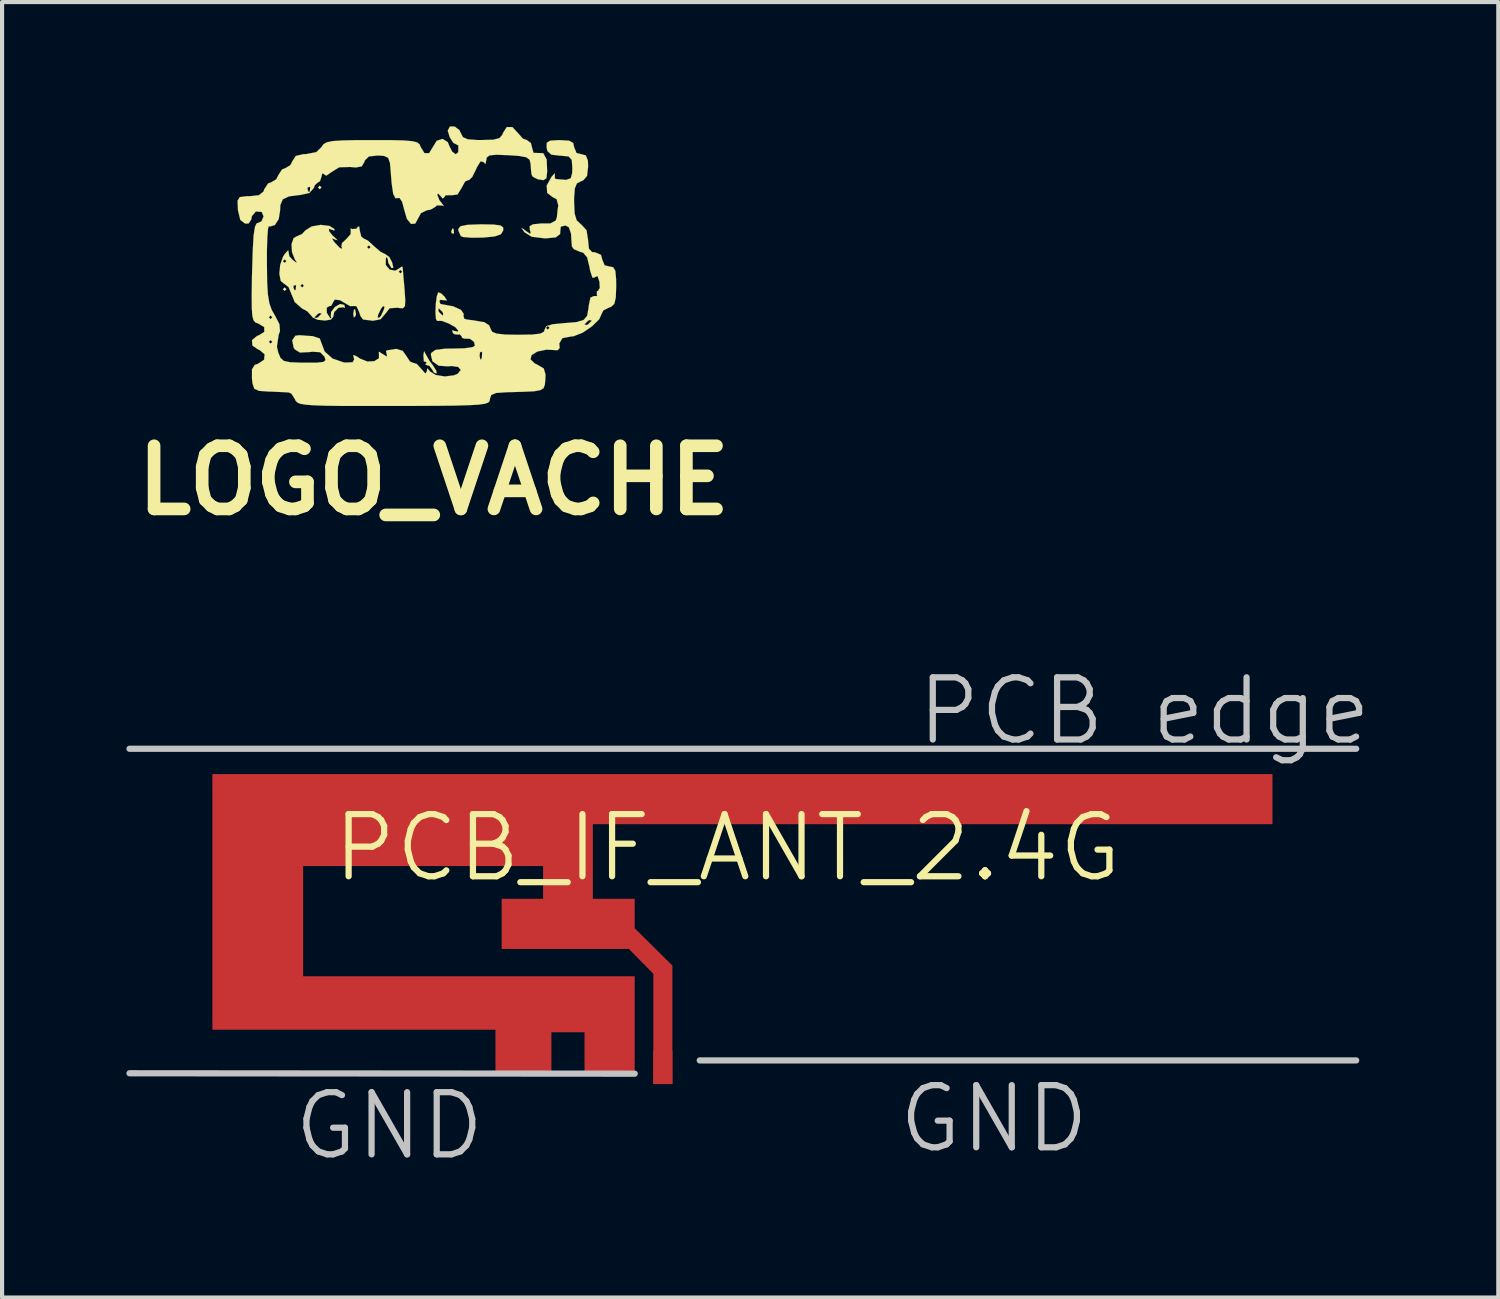
<source format=kicad_pcb>
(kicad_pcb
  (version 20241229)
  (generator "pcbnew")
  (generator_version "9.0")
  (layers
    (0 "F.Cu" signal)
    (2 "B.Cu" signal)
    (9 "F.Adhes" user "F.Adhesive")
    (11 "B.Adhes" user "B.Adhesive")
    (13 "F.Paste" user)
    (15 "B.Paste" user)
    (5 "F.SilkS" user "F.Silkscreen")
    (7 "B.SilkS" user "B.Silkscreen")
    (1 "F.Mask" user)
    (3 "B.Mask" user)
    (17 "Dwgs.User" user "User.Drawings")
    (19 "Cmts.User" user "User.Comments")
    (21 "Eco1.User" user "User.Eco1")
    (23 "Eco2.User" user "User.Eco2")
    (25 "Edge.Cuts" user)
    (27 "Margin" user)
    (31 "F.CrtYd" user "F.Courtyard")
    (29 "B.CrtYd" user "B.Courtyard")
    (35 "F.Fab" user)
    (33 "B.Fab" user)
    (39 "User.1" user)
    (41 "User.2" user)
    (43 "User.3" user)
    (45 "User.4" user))
  (footprint "PCB_IF_ANT_2.4G"
    (layer "F.Cu")
    (at 2.075 15.628)
    (property "Reference" "PCB_IF_ANT_2.4G" (at 12.43 1.78 0) (layer "F.SilkS") (effects (font (size 1.5 1.5) (thickness 0.15))))
    (attr exclude_from_pos_files exclude_from_bom)
    (fp_poly (pts (xy 10.64 4.82) (xy 10.64 7.48) (xy 11.1 7.48) (xy 11.1 4.62) (xy 10.19 3.72) (xy 10.19 3.01) (xy 9.18 3.01) (xy 9.18 1.21) (xy 25.58 1.21) (xy 25.58 0) (xy 0 0) (xy 0 6.17) (xy 6.83 6.17) (xy 6.83 7.22) (xy 8.18 7.22) (xy 8.18 6.23) (xy 8.98 6.23) (xy 8.98 7.22) (xy 10.19 7.22) (xy 10.19 4.88) (xy 2.19 4.88) (xy 2.19 2.22) (xy 7.98 2.22) (xy 7.98 3.01) (xy 6.98 3.01) (xy 6.98 4.22) (xy 10.05 4.22) (xy 10.64 4.82)) (stroke (width 0.001) (type solid)) (fill yes) (layer "F.Cu"))
    (fp_line (start -2 -0.61) (end 27.6 -0.61) (stroke (width 0.15) (type solid)) (layer "Dwgs.User"))
    (fp_line (start -2 7.22) (end 10.19 7.23) (stroke (width 0.15) (type solid)) (layer "Dwgs.User"))
    (fp_line (start 27.6 6.91) (end 11.76 6.91) (stroke (width 0.15) (type solid)) (layer "Dwgs.User"))
    (fp_text user "PCB edge" (at 22.49 -1.52 0) (layer "Dwgs.User") (effects (font (size 1.5 1.5) (thickness 0.15))))
    (fp_text user "GND" (at 4.27 8.49 0) (layer "Dwgs.User") (effects (font (size 1.5 1.5) (thickness 0.15))))
    (fp_text user "GND" (at 18.86 8.32 0) (layer "Dwgs.User") (effects (font (size 1.5 1.5) (thickness 0.15))))
    (pad "1" connect rect (at 10.87 7.08) (size 0.46 0.8) (layers "F.Cu"))
    (pad "2" connect rect (at 24.92 0.5 90) (size 0.46 0.8) (layers "F.Cu")))
  (footprint "LOGO_VACHE"
    (layer "F.Cu")
    (at 7.417 3.547)
    (property "Reference" "LOGO_VACHE" (at 0 4.994 0) (layer "F.SilkS") (effects (font (size 1.524 1.524) (thickness 0.305))))
    (attr through_hole)
    (fp_poly (pts (xy -3.556 0.381) (xy -3.599 0.424) (xy -3.642 0.381) (xy -3.599 0.34) (xy -3.556 0.381)) (stroke (width 0.003) (type solid)) (fill yes) (layer "F.SilkS"))
    (fp_poly (pts (xy -2.71 -2.073) (xy -2.753 -2.032) (xy -2.794 -2.073) (xy -2.753 -2.116) (xy -2.71 -2.073)) (stroke (width 0.003) (type solid)) (fill yes) (layer "F.SilkS"))
    (fp_poly (pts (xy -1.877 0.983) (xy -1.89 1.031) (xy -1.928 1.064) (xy -1.943 0.98) (xy -1.925 0.871) (xy -1.897 0.871) (xy -1.877 0.983)) (stroke (width 0.003) (type solid)) (fill yes) (layer "F.SilkS"))
    (fp_poly (pts (xy 0.488 -0.97) (xy 0.478 -0.96) (xy 0.429 -0.97) (xy 0.422 -1.016) (xy 0.452 -1.085) (xy 0.478 -1.072) (xy 0.488 -0.97)) (stroke (width 0.003) (type solid)) (fill yes) (layer "F.SilkS"))
    (fp_poly (pts (xy 0.066 2.418) (xy 0.003 2.393) (xy -0.03 2.332) (xy -0.107 2.23) (xy -0.147 2.223) (xy -0.208 2.195) (xy -0.17 2.159) (xy -0.213 2.118) (xy -0.236 2.139) (xy -0.249 2.004) (xy -0.249 1.968) (xy -0.234 1.877) (xy -0.196 1.948) (xy -0.102 2.113) (xy -0.018 2.223) (xy 0.064 2.355) (xy 0.066 2.418)) (stroke (width 0.003) (type solid)) (fill yes) (layer "F.SilkS"))
    (fp_poly (pts (xy 1.676 -1.036) (xy 1.621 -0.945) (xy 1.471 -0.892) (xy 1.191 -0.864) (xy 1.181 -0.864) (xy 0.912 -0.861) (xy 0.716 -0.876) (xy 0.653 -0.899) (xy 0.594 -1.031) (xy 0.592 -1.072) (xy 0.645 -1.138) (xy 0.818 -1.173) (xy 1.133 -1.184) (xy 1.148 -1.184) (xy 1.448 -1.179) (xy 1.613 -1.156) (xy 1.676 -1.107) (xy 1.676 -1.036)) (stroke (width 0.003) (type solid)) (fill yes) (layer "F.SilkS"))
    (fp_poly (pts (xy -0.688 0.648) (xy -0.696 0.792) (xy -0.747 0.843) (xy -0.762 0.841) (xy -0.762 -0.041) (xy -0.805 -0.084) (xy -0.848 -0.041) (xy -0.805 0) (xy -0.762 -0.041) (xy -0.762 0.841) (xy -0.853 0.833) (xy -0.876 0.828) (xy -1.064 0.841) (xy -1.171 0.975) (xy -1.189 0.996) (xy -1.189 0.805) (xy -1.224 0.79) (xy -1.27 0.848) (xy -1.344 1.001) (xy -1.354 1.059) (xy -1.318 1.074) (xy -1.27 1.016) (xy -1.199 0.861) (xy -1.189 0.805) (xy -1.189 0.996) (xy -1.283 1.107) (xy -1.471 1.143) (xy -1.524 1.135) (xy -1.524 -0.635) (xy -1.567 -0.676) (xy -1.61 -0.635) (xy -1.567 -0.592) (xy -1.524 -0.635) (xy -1.524 1.135) (xy -1.707 1.113) (xy -1.768 1.031) (xy -1.808 0.914) (xy -1.867 0.792) (xy -1.915 0.787) (xy -2.019 0.79) (xy -2.098 0.744) (xy -2.261 0.648) (xy -2.39 0.632) (xy -2.433 0.704) (xy -2.433 0.706) (xy -2.477 0.785) (xy -2.512 0.787) (xy -2.583 0.828) (xy -2.581 0.95) (xy -2.504 1.074) (xy -2.502 1.077) (xy -2.466 1.085) (xy -2.484 1.049) (xy -2.479 0.932) (xy -2.388 0.813) (xy -2.263 0.739) (xy -2.162 0.759) (xy -2.156 0.77) (xy -2.141 0.833) (xy -2.179 0.818) (xy -2.296 0.828) (xy -2.4 0.93) (xy -2.428 1.052) (xy -2.482 1.115) (xy -2.629 1.138) (xy -2.71 1.128) (xy -2.71 0.965) (xy -2.766 0.958) (xy -2.794 0.975) (xy -2.875 1.054) (xy -2.88 1.069) (xy -2.824 1.074) (xy -2.794 1.059) (xy -2.715 0.978) (xy -2.71 0.965) (xy -2.71 1.128) (xy -2.802 1.12) (xy -2.924 1.062) (xy -2.944 1.034) (xy -3.051 0.917) (xy -3.134 0.869) (xy -3.134 0.297) (xy -3.175 0.254) (xy -3.218 0.297) (xy -3.175 0.34) (xy -3.134 0.297) (xy -3.134 0.869) (xy -3.18 0.846) (xy -3.322 0.721) (xy -3.322 0.295) (xy -3.332 0.282) (xy -3.381 0.295) (xy -3.388 0.34) (xy -3.358 0.409) (xy -3.332 0.396) (xy -3.322 0.295) (xy -3.322 0.721) (xy -3.353 0.696) (xy -3.429 0.513) (xy -3.503 0.333) (xy -3.556 0.29) (xy -3.556 -0.295) (xy -3.599 -0.338) (xy -3.642 -0.295) (xy -3.599 -0.254) (xy -3.556 -0.295) (xy -3.556 0.29) (xy -3.602 0.254) (xy -3.607 0.254) (xy -3.693 0.183) (xy -3.726 0.01) (xy -3.706 -0.206) (xy -3.635 -0.409) (xy -3.594 -0.47) (xy -3.513 -0.559) (xy -3.508 -0.538) (xy -3.487 -0.417) (xy -3.409 -0.328) (xy -3.307 -0.254) (xy -3.322 -0.295) (xy -3.353 -0.338) (xy -3.421 -0.513) (xy -3.432 -0.706) (xy -3.383 -0.851) (xy -3.317 -0.889) (xy -3.18 -0.95) (xy -3.096 -1.039) (xy -2.946 -1.133) (xy -2.728 -1.171) (xy -2.517 -1.146) (xy -2.395 -1.069) (xy -2.403 -1.031) (xy -2.443 -1.049) (xy -2.532 -1.077) (xy -2.525 -1.016) (xy -2.433 -0.904) (xy -2.393 -0.871) (xy -2.322 -0.8) (xy -2.372 -0.813) (xy -2.454 -0.846) (xy -2.418 -0.78) (xy -2.383 -0.737) (xy -2.271 -0.62) (xy -2.22 -0.592) (xy -2.217 -0.635) (xy -2.23 -0.648) (xy -2.215 -0.732) (xy -2.116 -0.823) (xy -2.007 -0.945) (xy -2.002 -1.034) (xy -2.007 -1.087) (xy -1.968 -1.069) (xy -1.862 -1.079) (xy -1.836 -1.12) (xy -1.801 -1.135) (xy -1.786 -1.036) (xy -1.75 -0.889) (xy -1.697 -0.846) (xy -1.587 -0.79) (xy -1.44 -0.655) (xy -1.285 -0.521) (xy -1.171 -0.465) (xy -1.074 -0.396) (xy -1.006 -0.269) (xy -0.975 -0.135) (xy -1.019 -0.127) (xy -1.095 -0.249) (xy -1.107 -0.323) (xy -1.13 -0.401) (xy -1.158 -0.356) (xy -1.158 -0.203) (xy -1.062 -0.089) (xy -0.93 -0.066) (xy -0.879 -0.094) (xy -0.777 -0.16) (xy -0.754 -0.157) (xy -0.744 -0.064) (xy -0.726 0.15) (xy -0.706 0.371) (xy -0.688 0.648)) (stroke (width 0.003) (type solid)) (fill yes) (layer "F.SilkS"))
    (fp_poly (pts (xy 4.402 0.305) (xy 4.392 0.584) (xy 4.356 0.737) (xy 4.277 0.808) (xy 4.232 0.823) (xy 4.094 0.892) (xy 4.064 0.947) (xy 3.993 1.105) (xy 3.818 1.278) (xy 3.81 1.283) (xy 3.81 1.133) (xy 3.754 1.128) (xy 3.724 1.143) (xy 3.642 1.224) (xy 3.64 1.237) (xy 3.693 1.245) (xy 3.724 1.229) (xy 3.805 1.148) (xy 3.81 1.133) (xy 3.81 1.283) (xy 3.594 1.43) (xy 3.376 1.516) (xy 3.307 1.524) (xy 3.104 1.562) (xy 3.03 1.689) (xy 3.038 1.801) (xy 2.99 1.854) (xy 2.985 1.854) (xy 2.794 1.844) (xy 2.794 1.313) (xy 2.751 1.27) (xy 2.708 1.313) (xy 2.751 1.356) (xy 2.794 1.313) (xy 2.794 1.844) (xy 2.713 1.841) (xy 2.497 1.887) (xy 2.362 1.971) (xy 2.334 2.073) (xy 2.438 2.174) (xy 2.504 2.205) (xy 2.654 2.294) (xy 2.697 2.441) (xy 2.692 2.56) (xy 2.68 2.687) (xy 2.649 2.769) (xy 2.573 2.817) (xy 2.418 2.845) (xy 2.156 2.857) (xy 1.755 2.868) (xy 1.506 2.885) (xy 1.387 2.934) (xy 1.354 3.03) (xy 1.354 3.038) (xy 1.346 3.084) (xy 1.311 3.119) (xy 1.227 3.147) (xy 1.168 3.155) (xy 1.168 1.915) (xy 1.151 1.887) (xy 1.113 1.91) (xy 1.105 1.996) (xy 1.128 2.088) (xy 1.158 2.047) (xy 1.168 1.915) (xy 1.168 3.155) (xy 1.082 3.167) (xy 0.851 3.18) (xy 0.518 3.19) (xy 0.064 3.195) (xy -0.528 3.198) (xy -0.973 3.198) (xy -1.661 3.198) (xy -2.2 3.198) (xy -2.606 3.193) (xy -2.901 3.183) (xy -3.101 3.167) (xy -3.228 3.145) (xy -3.299 3.111) (xy -3.335 3.071) (xy -3.348 3.04) (xy -3.434 2.903) (xy -3.5 2.873) (xy -3.64 2.865) (xy -3.879 2.855) (xy -3.896 2.852) (xy -3.896 1.651) (xy -3.896 1.059) (xy -3.937 1.016) (xy -3.98 1.059) (xy -3.937 1.102) (xy -3.896 1.059) (xy -3.896 1.651) (xy -3.937 1.61) (xy -3.98 1.651) (xy -3.937 1.694) (xy -3.896 1.651) (xy -3.896 2.852) (xy -3.98 2.852) (xy -4.216 2.835) (xy -4.331 2.784) (xy -4.374 2.657) (xy -4.387 2.53) (xy -4.387 2.314) (xy -4.321 2.21) (xy -4.239 2.179) (xy -4.094 2.083) (xy -4.082 1.951) (xy -4.206 1.847) (xy -4.234 1.839) (xy -4.376 1.742) (xy -4.387 1.61) (xy -4.26 1.506) (xy -4.234 1.501) (xy -4.089 1.412) (xy -4.092 1.295) (xy -4.237 1.209) (xy -4.305 1.184) (xy -4.351 1.128) (xy -4.379 1.016) (xy -4.392 0.82) (xy -4.394 0.516) (xy -4.387 0.071) (xy -4.384 -0.03) (xy -4.369 -0.549) (xy -4.348 -0.912) (xy -4.315 -1.125) (xy -4.275 -1.206) (xy -4.265 -1.209) (xy -4.158 -1.255) (xy -4.107 -1.374) (xy -4.15 -1.481) (xy -4.153 -1.483) (xy -4.293 -1.494) (xy -4.389 -1.382) (xy -4.404 -1.3) (xy -4.468 -1.204) (xy -4.552 -1.201) (xy -4.669 -1.29) (xy -4.724 -1.519) (xy -4.727 -1.544) (xy -4.735 -1.753) (xy -4.681 -1.841) (xy -4.524 -1.862) (xy -4.442 -1.862) (xy -4.219 -1.887) (xy -4.11 -1.974) (xy -4.089 -2.032) (xy -4 -2.169) (xy -3.919 -2.2) (xy -3.8 -2.271) (xy -3.752 -2.37) (xy -3.663 -2.507) (xy -3.581 -2.54) (xy -3.462 -2.611) (xy -3.411 -2.708) (xy -3.33 -2.835) (xy -3.139 -2.878) (xy -3.084 -2.878) (xy -2.835 -2.926) (xy -2.71 -3.048) (xy -2.662 -3.117) (xy -2.583 -3.162) (xy -2.443 -3.193) (xy -2.215 -3.208) (xy -1.869 -3.216) (xy -1.491 -3.216) (xy -1.031 -3.216) (xy -0.716 -3.208) (xy -0.513 -3.19) (xy -0.399 -3.16) (xy -0.34 -3.111) (xy -0.315 -3.048) (xy -0.226 -2.903) (xy -0.112 -2.901) (xy -0.028 -3.04) (xy 0.071 -3.2) (xy 0.213 -3.246) (xy 0.338 -3.167) (xy 0.373 -3.081) (xy 0.445 -2.936) (xy 0.531 -2.875) (xy 0.587 -2.921) (xy 0.592 -2.962) (xy 0.592 -3.084) (xy 0.592 -3.089) (xy 0.546 -3.111) (xy 0.47 -3.152) (xy 0.386 -3.284) (xy 0.34 -3.432) (xy 0.338 -3.449) (xy 0.391 -3.546) (xy 0.505 -3.543) (xy 0.617 -3.459) (xy 0.653 -3.386) (xy 0.704 -3.287) (xy 0.82 -3.236) (xy 1.049 -3.218) (xy 1.161 -3.218) (xy 1.435 -3.226) (xy 1.585 -3.264) (xy 1.654 -3.345) (xy 1.669 -3.386) (xy 1.76 -3.531) (xy 1.897 -3.531) (xy 2.029 -3.388) (xy 2.032 -3.386) (xy 2.151 -3.251) (xy 2.245 -3.218) (xy 2.344 -3.145) (xy 2.37 -3.038) (xy 2.408 -2.908) (xy 2.489 -2.906) (xy 2.642 -2.901) (xy 2.725 -2.748) (xy 2.736 -2.454) (xy 2.718 -2.294) (xy 2.647 -2.25) (xy 2.51 -2.271) (xy 2.39 -2.332) (xy 2.36 -2.38) (xy 2.344 -2.52) (xy 2.337 -2.639) (xy 2.314 -2.741) (xy 2.233 -2.802) (xy 2.055 -2.835) (xy 1.798 -2.852) (xy 1.506 -2.863) (xy 1.346 -2.847) (xy 1.278 -2.797) (xy 1.267 -2.731) (xy 1.247 -2.639) (xy 1.199 -2.687) (xy 1.13 -2.705) (xy 1.041 -2.56) (xy 1.016 -2.502) (xy 0.927 -2.324) (xy 0.846 -2.248) (xy 0.831 -2.253) (xy 0.754 -2.215) (xy 0.676 -2.07) (xy 0.574 -1.905) (xy 0.434 -1.885) (xy 0.422 -1.887) (xy 0.284 -1.885) (xy 0.251 -1.834) (xy 0.216 -1.806) (xy 0.168 -1.862) (xy 0.102 -1.928) (xy 0.084 -1.9) (xy 0.135 -1.768) (xy 0.191 -1.697) (xy 0.244 -1.623) (xy 0.196 -1.638) (xy 0.074 -1.641) (xy 0.043 -1.61) (xy -0.079 -1.537) (xy -0.165 -1.524) (xy -0.31 -1.453) (xy -0.363 -1.354) (xy -0.447 -1.201) (xy -0.551 -1.194) (xy -0.65 -1.318) (xy -0.711 -1.527) (xy -0.765 -1.73) (xy -0.828 -1.821) (xy -0.851 -1.819) (xy -0.927 -1.814) (xy -0.98 -1.923) (xy -1.016 -2.169) (xy -1.036 -2.413) (xy -1.057 -2.664) (xy -1.102 -2.789) (xy -1.201 -2.835) (xy -1.349 -2.845) (xy -1.565 -2.822) (xy -1.664 -2.725) (xy -1.674 -2.69) (xy -1.737 -2.583) (xy -1.882 -2.555) (xy -2.012 -2.568) (xy -2.281 -2.56) (xy -2.459 -2.451) (xy -2.593 -2.357) (xy -2.657 -2.398) (xy -2.692 -2.416) (xy -2.705 -2.349) (xy -2.746 -2.223) (xy -2.789 -2.2) (xy -2.87 -2.131) (xy -2.896 -2.06) (xy -2.982 -1.963) (xy -2.982 -2.075) (xy -2.992 -2.088) (xy -3.043 -2.075) (xy -3.048 -2.032) (xy -3.018 -1.961) (xy -2.992 -1.976) (xy -2.982 -2.075) (xy -2.982 -1.963) (xy -3 -1.941) (xy -3.205 -1.895) (xy -3.493 -1.859) (xy -3.645 -1.786) (xy -3.703 -1.648) (xy -3.708 -1.521) (xy -3.741 -1.311) (xy -3.835 -1.166) (xy -3.955 -1.13) (xy -3.98 -1.143) (xy -4 -1.077) (xy -4.016 -0.874) (xy -4.026 -0.566) (xy -4.026 -0.226) (xy -4.021 0.206) (xy -4.003 0.508) (xy -3.967 0.721) (xy -3.909 0.884) (xy -3.838 1.006) (xy -3.724 1.227) (xy -3.711 1.394) (xy -3.744 1.486) (xy -3.785 1.77) (xy -3.752 1.913) (xy -3.698 2.04) (xy -3.619 2.111) (xy -3.467 2.144) (xy -3.198 2.154) (xy -3.117 2.154) (xy -2.819 2.154) (xy -2.662 2.136) (xy -2.611 2.093) (xy -2.634 2.017) (xy -2.639 2.007) (xy -2.743 1.902) (xy -2.929 1.89) (xy -3.01 1.9) (xy -3.231 1.91) (xy -3.353 1.834) (xy -3.381 1.793) (xy -3.416 1.615) (xy -3.34 1.504) (xy -3.239 1.491) (xy -3.076 1.504) (xy -2.921 1.514) (xy -2.751 1.57) (xy -2.71 1.681) (xy -2.634 1.885) (xy -2.441 2.055) (xy -2.179 2.146) (xy -2.134 2.151) (xy -1.958 2.144) (xy -1.92 2.075) (xy -1.93 2.042) (xy -1.943 1.968) (xy -1.864 1.999) (xy -1.781 2.055) (xy -1.605 2.126) (xy -1.435 2.118) (xy -1.323 2.047) (xy -1.323 1.93) (xy -1.328 1.923) (xy -1.321 1.89) (xy -1.229 1.948) (xy -1.13 2.009) (xy -1.133 1.968) (xy -1.153 1.872) (xy -1.128 1.857) (xy -0.993 1.836) (xy -0.907 1.821) (xy -0.749 1.869) (xy -0.66 1.994) (xy -0.572 2.129) (xy -0.503 2.156) (xy -0.411 2.184) (xy -0.302 2.304) (xy -0.203 2.416) (xy -0.17 2.37) (xy -0.155 2.289) (xy -0.097 2.357) (xy -0.091 2.365) (xy 0.046 2.451) (xy 0.267 2.487) (xy 0.49 2.459) (xy 0.577 2.423) (xy 0.65 2.329) (xy 0.589 2.258) (xy 0.427 2.235) (xy 0.343 2.243) (xy 0.119 2.228) (xy -0.033 2.121) (xy -0.071 1.958) (xy -0.061 1.92) (xy 0.038 1.847) (xy 0.277 1.816) (xy 0.465 1.814) (xy 0.734 1.808) (xy 0.927 1.781) (xy 0.991 1.75) (xy 0.973 1.654) (xy 0.869 1.577) (xy 0.749 1.575) (xy 0.744 1.577) (xy 0.681 1.554) (xy 0.676 1.524) (xy 0.625 1.468) (xy 0.597 1.478) (xy 0.49 1.466) (xy 0.457 1.427) (xy 0.445 1.369) (xy 0.493 1.389) (xy 0.582 1.405) (xy 0.592 1.382) (xy 0.521 1.298) (xy 0.361 1.209) (xy 0.226 1.158) (xy 0.226 0.963) (xy 0.211 0.932) (xy 0.13 0.851) (xy 0.117 0.848) (xy 0.109 0.902) (xy 0.127 0.932) (xy 0.206 1.013) (xy 0.221 1.016) (xy 0.226 0.963) (xy 0.226 1.158) (xy 0.188 1.146) (xy 0.079 1.146) (xy 0.051 1.097) (xy 0.041 0.942) (xy 0.048 0.742) (xy 0.071 0.559) (xy 0.107 0.457) (xy 0.18 0.483) (xy 0.262 0.564) (xy 0.318 0.653) (xy 0.279 0.65) (xy 0.163 0.638) (xy 0.135 0.663) (xy 0.157 0.734) (xy 0.193 0.744) (xy 0.47 0.795) (xy 0.658 0.881) (xy 0.726 0.983) (xy 0.714 1.021) (xy 0.737 1.095) (xy 0.798 1.113) (xy 0.97 1.135) (xy 1.016 1.143) (xy 1.173 1.171) (xy 1.219 1.176) (xy 1.339 1.255) (xy 1.369 1.333) (xy 1.41 1.41) (xy 1.516 1.453) (xy 1.725 1.476) (xy 2.04 1.481) (xy 2.375 1.476) (xy 2.57 1.453) (xy 2.659 1.407) (xy 2.675 1.356) (xy 2.715 1.275) (xy 2.87 1.227) (xy 3.132 1.201) (xy 3.439 1.176) (xy 3.614 1.125) (xy 3.701 1.024) (xy 3.734 0.838) (xy 3.739 0.78) (xy 3.78 0.584) (xy 3.866 0.546) (xy 3.873 0.549) (xy 3.945 0.544) (xy 3.934 0.508) (xy 3.937 0.429) (xy 3.962 0.424) (xy 4.006 0.353) (xy 3.998 0.203) (xy 3.952 0.066) (xy 3.894 0.086) (xy 3.886 0.097) (xy 3.83 0.107) (xy 3.777 -0.051) (xy 3.759 -0.145) (xy 3.701 -0.386) (xy 3.607 -0.498) (xy 3.523 -0.523) (xy 3.376 -0.587) (xy 3.332 -0.655) (xy 3.32 -0.823) (xy 3.312 -0.96) (xy 3.259 -1.113) (xy 3.178 -1.156) (xy 3.071 -1.13) (xy 3.061 -1.107) (xy 3.048 -0.95) (xy 2.944 -0.869) (xy 2.71 -0.846) (xy 2.677 -0.846) (xy 2.362 -0.884) (xy 2.189 -0.993) (xy 2.116 -1.095) (xy 2.159 -1.074) (xy 2.223 -1.024) (xy 2.329 -0.953) (xy 2.337 -0.996) (xy 2.319 -1.046) (xy 2.311 -1.135) (xy 2.39 -1.184) (xy 2.588 -1.204) (xy 2.814 -1.206) (xy 2.941 -1.273) (xy 2.969 -1.344) (xy 2.99 -1.549) (xy 3.005 -1.638) (xy 2.964 -1.791) (xy 2.87 -1.839) (xy 2.736 -1.943) (xy 2.725 -2.121) (xy 2.842 -2.332) (xy 2.921 -2.418) (xy 2.921 -2.39) (xy 2.921 -2.291) (xy 2.957 -2.276) (xy 3.193 -2.256) (xy 3.305 -2.296) (xy 3.34 -2.423) (xy 3.343 -2.54) (xy 3.33 -2.738) (xy 3.254 -2.822) (xy 3.066 -2.84) (xy 3.048 -2.84) (xy 2.837 -2.865) (xy 2.743 -2.951) (xy 2.723 -3.03) (xy 2.725 -3.15) (xy 2.807 -3.203) (xy 3.01 -3.216) (xy 3.04 -3.216) (xy 3.264 -3.203) (xy 3.365 -3.147) (xy 3.386 -3.048) (xy 3.444 -2.906) (xy 3.556 -2.878) (xy 3.67 -2.847) (xy 3.719 -2.72) (xy 3.724 -2.573) (xy 3.698 -2.352) (xy 3.607 -2.245) (xy 3.556 -2.225) (xy 3.454 -2.172) (xy 3.404 -2.052) (xy 3.386 -1.821) (xy 3.386 -1.727) (xy 3.399 -1.445) (xy 3.447 -1.283) (xy 3.546 -1.189) (xy 3.556 -1.184) (xy 3.686 -1.041) (xy 3.724 -0.8) (xy 3.744 -0.597) (xy 3.818 -0.516) (xy 3.894 -0.508) (xy 4.036 -0.447) (xy 4.064 -0.338) (xy 4.122 -0.196) (xy 4.232 -0.168) (xy 4.328 -0.15) (xy 4.381 -0.064) (xy 4.399 0.13) (xy 4.402 0.305)) (stroke (width 0.003) (type solid)) (fill yes) (layer "F.SilkS")))
  (gr_rect
    (start -3 -3)
    (end 33.104 28.259)
    (stroke (width 0.1) (type default))
    (fill no)
    (layer "Edge.Cuts")))
</source>
